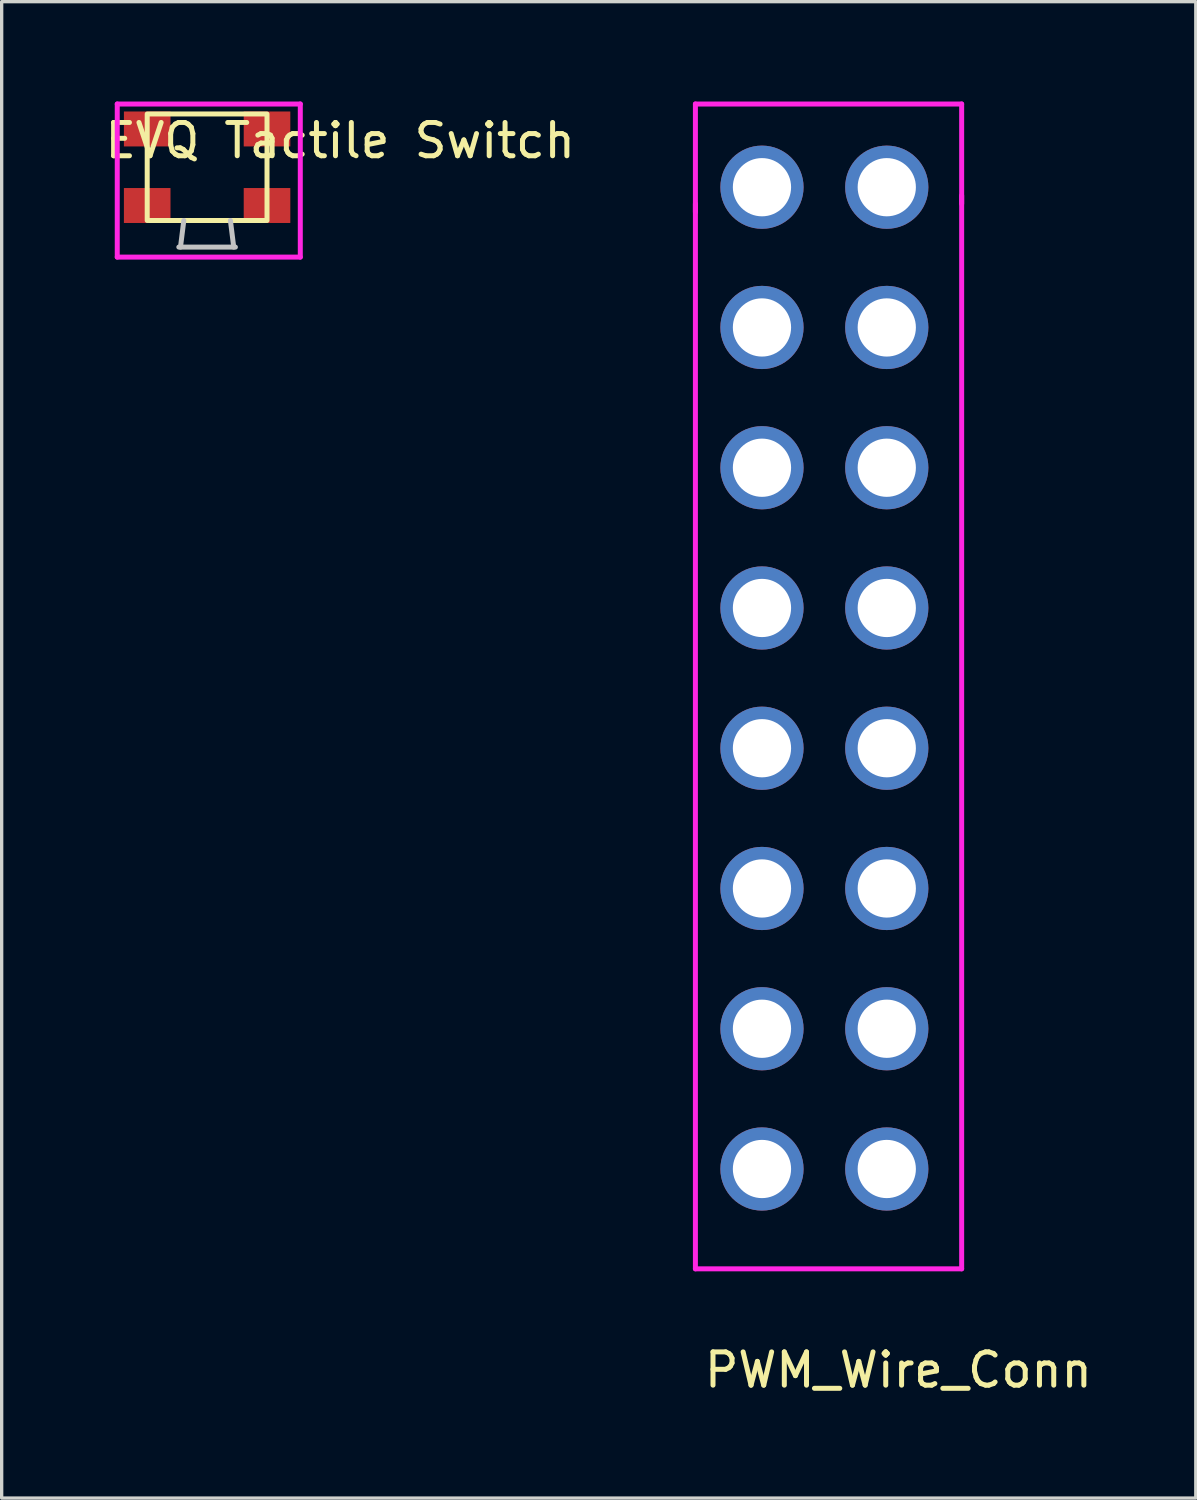
<source format=kicad_pcb>
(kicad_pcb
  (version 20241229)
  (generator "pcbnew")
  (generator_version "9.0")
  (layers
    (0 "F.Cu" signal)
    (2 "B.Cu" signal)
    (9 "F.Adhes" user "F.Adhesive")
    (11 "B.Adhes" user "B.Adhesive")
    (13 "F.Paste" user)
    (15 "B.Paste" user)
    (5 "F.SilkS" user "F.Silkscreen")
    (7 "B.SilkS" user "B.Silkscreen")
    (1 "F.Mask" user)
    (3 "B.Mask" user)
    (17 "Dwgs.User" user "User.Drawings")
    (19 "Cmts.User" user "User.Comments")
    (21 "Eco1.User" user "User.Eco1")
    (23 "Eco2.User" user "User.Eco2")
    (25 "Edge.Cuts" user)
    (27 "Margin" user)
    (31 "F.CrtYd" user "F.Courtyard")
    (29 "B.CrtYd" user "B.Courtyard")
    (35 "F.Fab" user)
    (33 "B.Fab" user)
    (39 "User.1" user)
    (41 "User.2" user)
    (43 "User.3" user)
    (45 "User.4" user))
  (footprint "EVQ Tactile Switch"
    (layer "F.Cu")
    (at 3.173 1.975)
    (property "Reference" "EVQ Tactile Switch" (at 4 -0.8 0) (layer "F.SilkS") (effects (font (size 1 1) (thickness 0.15))))
    (attr through_hole)
    (fp_line (start -1.8 -1.6) (end -1.8 1.6) (stroke (width 0.15) (type solid)) (layer "F.SilkS"))
    (fp_line (start -1.75 -1.6) (end 1.75 -1.6) (stroke (width 0.15) (type solid)) (layer "F.SilkS"))
    (fp_line (start -1.75 1.6) (end 1.75 1.6) (stroke (width 0.15) (type solid)) (layer "F.SilkS"))
    (fp_line (start 1.8 1.6) (end 1.8 -1.6) (stroke (width 0.15) (type solid)) (layer "F.SilkS"))
    (fp_line (start -0.8 2.4) (end -0.7 1.6) (stroke (width 0.15) (type solid)) (layer "Dwgs.User"))
    (fp_line (start 0.8 2.4) (end 0.7 1.6) (stroke (width 0.15) (type solid)) (layer "Dwgs.User"))
    (fp_line (start 0.85 2.4) (end -0.85 2.4) (stroke (width 0.15) (type solid)) (layer "Dwgs.User"))
    (fp_line (start -2.7 -1.9) (end 2.8 -1.9) (stroke (width 0.15) (type solid)) (layer "F.CrtYd"))
    (fp_line (start -2.7 2.7) (end -2.7 -1.9) (stroke (width 0.15) (type solid)) (layer "F.CrtYd"))
    (fp_line (start 2.8 -1.9) (end 2.8 2.7) (stroke (width 0.15) (type solid)) (layer "F.CrtYd"))
    (fp_line (start 2.8 2.7) (end -2.7 2.7) (stroke (width 0.15) (type solid)) (layer "F.CrtYd"))
    (pad "1" smd rect (at -1.8 -1.15) (size 1.4 1.05) (layers "F.Cu" "F.Mask" "F.Paste"))
    (pad "1" smd rect (at 1.8 -1.15) (size 1.4 1.05) (layers "F.Cu" "F.Mask" "F.Paste"))
    (pad "2" smd rect (at -1.8 1.15) (size 1.4 1.05) (layers "F.Cu" "F.Mask" "F.Paste"))
    (pad "2" smd rect (at 1.8 1.15) (size 1.4 1.05) (layers "F.Cu" "F.Mask" "F.Paste")))
  (footprint "PWM_Wire_Conn"
    (layer "F.Cu")
    (at 17.595 35.075)
    (property "Reference" "PWM_Wire_Conn" (at 6.35 3.04 0) (layer "F.SilkS") (effects (font (size 1 1) (thickness 0.15))))
    (attr through_hole)
    (fp_line (start 0.25 -35) (end 0.25 -31.75) (stroke (width 0.15) (type solid)) (layer "F.CrtYd"))
    (fp_line (start 0.25 -35) (end 8.25 -35) (stroke (width 0.15) (type solid)) (layer "F.CrtYd"))
    (fp_line (start 0.25 0) (end 0.25 -32) (stroke (width 0.15) (type solid)) (layer "F.CrtYd"))
    (fp_line (start 8.25 -35) (end 8.25 0) (stroke (width 0.15) (type solid)) (layer "F.CrtYd"))
    (fp_line (start 8.25 -32) (end 8.25 -32.25) (stroke (width 0.15) (type solid)) (layer "F.CrtYd"))
    (fp_line (start 8.25 0) (end 0.25 0) (stroke (width 0.15) (type solid)) (layer "F.CrtYd"))
    (pad "1" thru_hole circle (at 2.25 -32.5) (size 2.5 2.5) (drill 1.75) (layers "*.Cu" "*.Mask"))
    (pad "2" thru_hole circle (at 2.25 -28.286) (size 2.5 2.5) (drill 1.75) (layers "*.Cu" "*.Mask"))
    (pad "3" thru_hole circle (at 2.25 -24.071) (size 2.5 2.5) (drill 1.75) (layers "*.Cu" "*.Mask"))
    (pad "4" thru_hole circle (at 2.25 -19.857) (size 2.5 2.5) (drill 1.75) (layers "*.Cu" "*.Mask"))
    (pad "5" thru_hole circle (at 2.25 -15.643) (size 2.5 2.5) (drill 1.75) (layers "*.Cu" "*.Mask"))
    (pad "6" thru_hole circle (at 2.25 -11.429) (size 2.5 2.5) (drill 1.75) (layers "*.Cu" "*.Mask"))
    (pad "7" thru_hole circle (at 2.25 -7.214) (size 2.5 2.5) (drill 1.75) (layers "*.Cu" "*.Mask"))
    (pad "8" thru_hole circle (at 2.25 -3) (size 2.5 2.5) (drill 1.75) (layers "*.Cu" "*.Mask"))
    (pad "9" thru_hole circle (at 6 -32.5) (size 2.5 2.5) (drill 1.75) (layers "*.Cu" "*.Mask"))
    (pad "10" thru_hole circle (at 6 -28.286) (size 2.5 2.5) (drill 1.75) (layers "*.Cu" "*.Mask"))
    (pad "11" thru_hole circle (at 6 -24.071) (size 2.5 2.5) (drill 1.75) (layers "*.Cu" "*.Mask"))
    (pad "12" thru_hole circle (at 6 -19.857) (size 2.5 2.5) (drill 1.75) (layers "*.Cu" "*.Mask"))
    (pad "13" thru_hole circle (at 6 -15.643) (size 2.5 2.5) (drill 1.75) (layers "*.Cu" "*.Mask"))
    (pad "14" thru_hole circle (at 6 -11.429) (size 2.5 2.5) (drill 1.75) (layers "*.Cu" "*.Mask"))
    (pad "15" thru_hole circle (at 6 -7.214) (size 2.5 2.5) (drill 1.75) (layers "*.Cu" "*.Mask"))
    (pad "16" thru_hole circle (at 6 -3) (size 2.5 2.5) (drill 1.75) (layers "*.Cu" "*.Mask")))
  (gr_rect
    (start -3 -3)
    (end 32.88 41.963)
    (stroke (width 0.1) (type default))
    (fill no)
    (layer "Edge.Cuts")))
</source>
